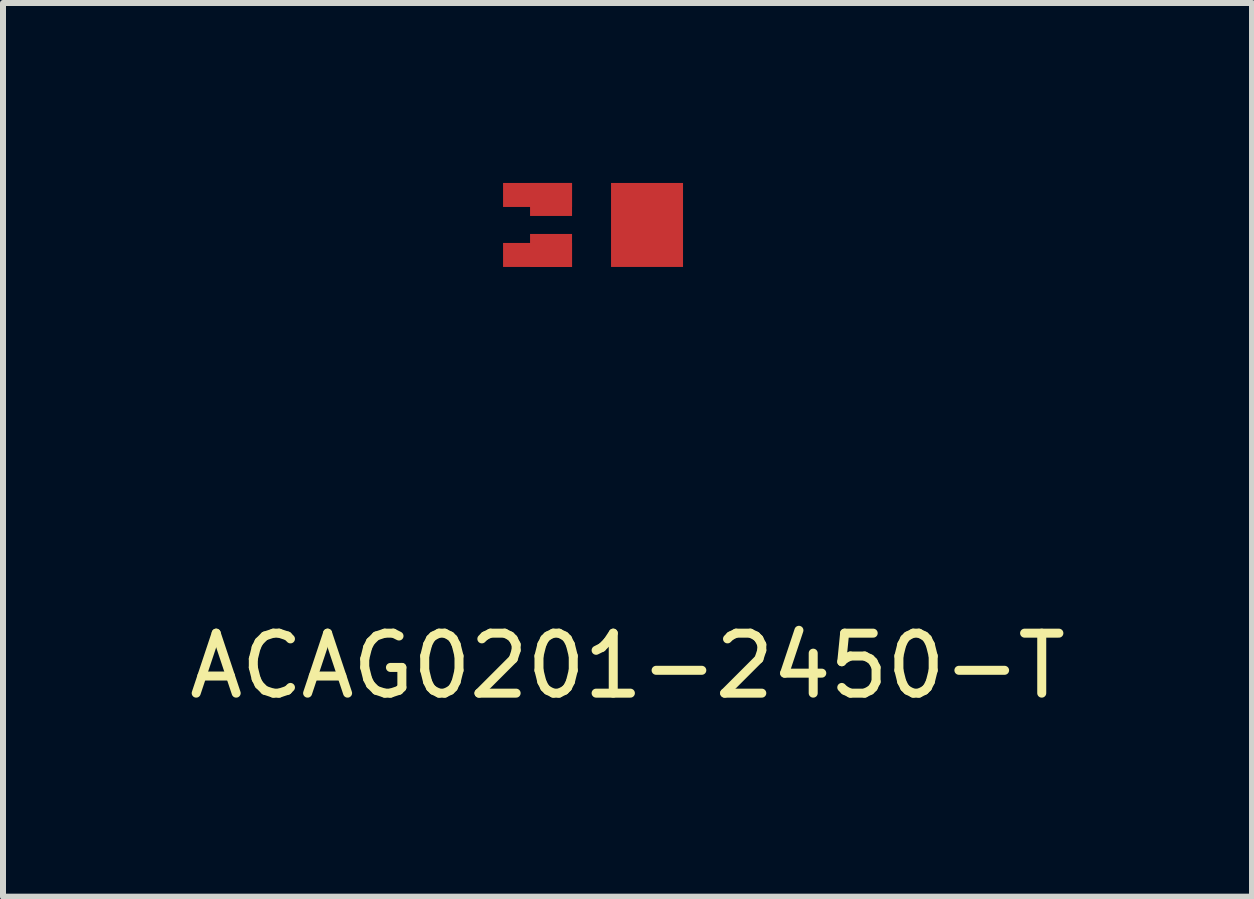
<source format=kicad_pcb>
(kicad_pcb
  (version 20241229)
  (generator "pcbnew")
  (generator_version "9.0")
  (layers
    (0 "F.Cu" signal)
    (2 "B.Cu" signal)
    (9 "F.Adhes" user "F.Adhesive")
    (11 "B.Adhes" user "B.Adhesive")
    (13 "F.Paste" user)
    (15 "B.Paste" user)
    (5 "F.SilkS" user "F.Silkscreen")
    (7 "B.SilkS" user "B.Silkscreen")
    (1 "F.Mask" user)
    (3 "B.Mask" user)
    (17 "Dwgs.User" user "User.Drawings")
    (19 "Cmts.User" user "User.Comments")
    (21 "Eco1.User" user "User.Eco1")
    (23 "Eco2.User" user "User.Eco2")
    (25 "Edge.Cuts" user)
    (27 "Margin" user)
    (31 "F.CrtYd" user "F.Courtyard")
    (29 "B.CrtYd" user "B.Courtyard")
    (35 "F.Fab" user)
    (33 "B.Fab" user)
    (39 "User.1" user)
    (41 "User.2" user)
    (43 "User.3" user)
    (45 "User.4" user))
  (footprint "ACAG0201-2450-T"
    (layer "F.Cu")
    (at 6.836 0.7)
    (property "Reference" "ACAG0201-2450-T" (at 0.575 7.35 0) (layer "F.SilkS") (effects (font (size 1 1) (thickness 0.15))))
    (attr through_hole)
    (pad "1" smd rect (at -0.95 0.45) (size 1.15 0.4) (drill (offset 0.025 0.05)) (layers "F.Cu" "F.Mask" "F.Paste"))
    (pad "1" smd rect (at -0.7 0.4) (size 0.7 0.55) (drill (offset 0 0.025)) (layers "F.Cu" "F.Mask" "F.Paste"))
    (pad "2" smd rect (at 0.9 0) (size 1.2 1.4) (layers "F.Cu" "F.Mask" "F.Paste"))
    (pad "3" smd rect (at -0.95 -0.55) (size 1.15 0.4) (drill (offset 0.025 0.05)) (layers "F.Cu" "F.Mask" "F.Paste"))
    (pad "3" smd rect (at -0.7 -0.45) (size 0.7 0.55) (drill (offset 0 0.025)) (layers "F.Cu" "F.Mask" "F.Paste")))
  (gr_rect
    (start -3 -3)
    (end 17.821 11.898)
    (stroke (width 0.1) (type default))
    (fill no)
    (layer "Edge.Cuts")))
</source>
